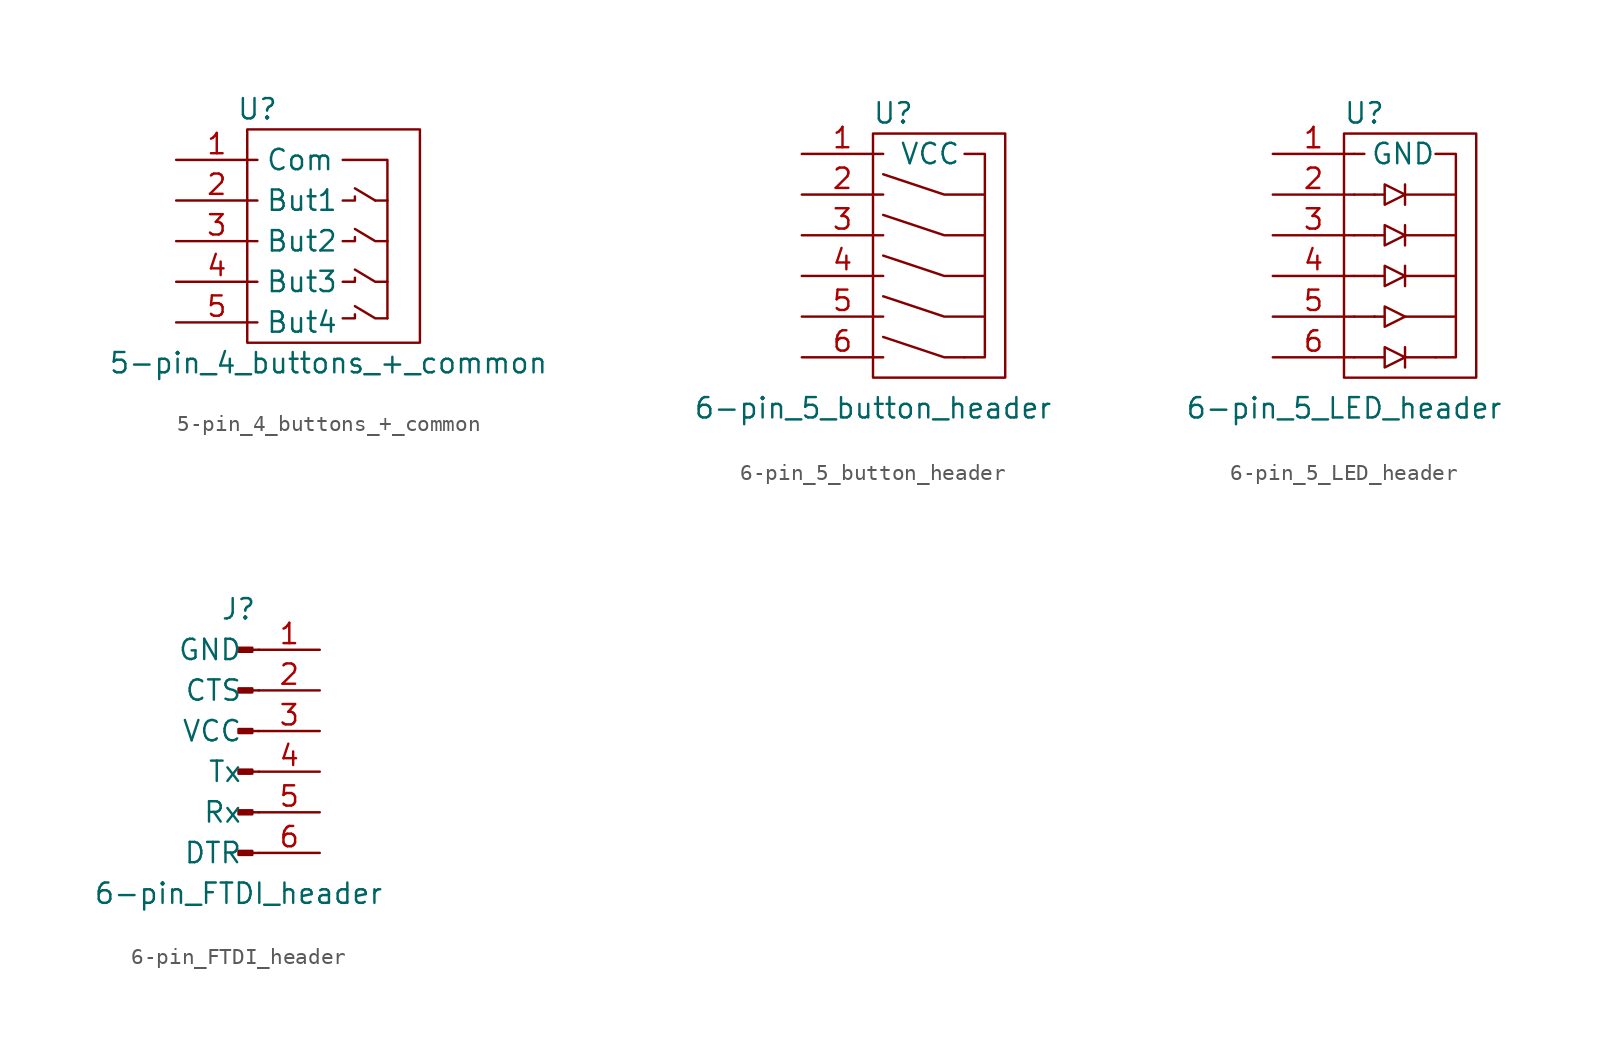
<source format=kicad_sym>
(kicad_symbol_lib
  (version 20211014)
  (generator kicad_symbol_editor)
  (symbol "5-pin_4_buttons_+_common"
    (property "Reference" "U"
      (at 5.08 3.175 0)
      (effects (font (size 1.27 1.27))))
    (property "Value" "5-pin_4_buttons_+_common"
      (at 9.525 -12.7 0)
      (effects (font (size 1.27 1.27))))
    (symbol "5-pin_4_buttons_+_common_0_1"
      (polyline (pts (xy 11.176 -1.778) (xy 12.446 -2.54)) (stroke (width 0.152) (type default) (color 0 0 0 0)) (fill (type none)))
      (polyline (pts (xy 10.414 -9.906) (xy 11.176 -9.906) (xy 11.176 -9.652)) (stroke (width 0.152) (type default) (color 0 0 0 0)) (fill (type none)))
      (polyline (pts (xy 10.414 -7.62) (xy 11.176 -7.62) (xy 11.176 -7.366)) (stroke (width 0.152) (type default) (color 0 0 0 0)) (fill (type none)))
      (polyline (pts (xy 10.414 -5.08) (xy 11.176 -5.08) (xy 11.176 -4.826)) (stroke (width 0.152) (type default) (color 0 0 0 0)) (fill (type none)))
      (polyline (pts (xy 10.414 -2.54) (xy 11.176 -2.54) (xy 11.176 -2.286)) (stroke (width 0.152) (type default) (color 0 0 0 0)) (fill (type none)))
      (polyline (pts (xy 11.176 -6.858) (xy 12.446 -7.62) (xy 13.208 -7.62)) (stroke (width 0.152) (type default) (color 0 0 0 0)) (fill (type none)))
      (polyline (pts (xy 12.446 -2.54) (xy 13.208 -2.54) (xy 13.208 -9.906)) (stroke (width 0.152) (type default) (color 0 0 0 0)) (fill (type none)))
      (polyline (pts (xy 13.208 -9.906) (xy 12.446 -9.906) (xy 11.176 -9.144)) (stroke (width 0.152) (type default) (color 0 0 0 0)) (fill (type none)))
      (polyline (pts (xy 13.208 -5.08) (xy 12.446 -5.08) (xy 11.176 -4.318)) (stroke (width 0.152) (type default) (color 0 0 0 0)) (fill (type none)))
      (polyline (pts (xy 13.208 -2.54) (xy 13.208 0) (xy 10.414 0)) (stroke (width 0.152) (type default) (color 0 0 0 0)) (fill (type none)))
      (polyline (pts (xy 4.445 1.905) (xy 15.24 1.905) (xy 15.24 -11.43) (xy 4.445 -11.43) (xy 4.445 1.905)) (stroke (width 0.152) (type default) (color 0 0 0 0)) (fill (type none))))
    (symbol "5-pin_4_buttons_+_common_1_1"
      (pin input line (at 0 0 0) (length 5.08) (name "Com" (effects (font (size 1.27 1.27)))) (number "1" (effects (font (size 1.27 1.27)))))
      (pin output line (at 0 -2.54 0) (length 5.08) (name "But1" (effects (font (size 1.27 1.27)))) (number "2" (effects (font (size 1.27 1.27)))))
      (pin output line (at 0 -5.08 0) (length 5.08) (name "But2" (effects (font (size 1.27 1.27)))) (number "3" (effects (font (size 1.27 1.27)))))
      (pin output line (at 0 -7.62 0) (length 5.08) (name "But3" (effects (font (size 1.27 1.27)))) (number "4" (effects (font (size 1.27 1.27)))))
      (pin output line (at 0 -10.16 0) (length 5.08) (name "But4" (effects (font (size 1.27 1.27)))) (number "5" (effects (font (size 1.27 1.27)))))))
  (symbol "6-pin_5_button_header"
    (pin_names
      (offset 1.016))
    (property "Reference" "U"
      (at 5.715 2.54 0)
      (effects (font (size 1.27 1.27))))
    (property "Value" "6-pin_5_button_header"
      (at 4.445 -15.875 0)
      (effects (font (size 1.27 1.27))))
    (symbol "6-pin_5_button_header_0_1"
      (polyline (pts (xy 5.08 -11.43) (xy 8.89 -12.7) (xy 10.16 -12.7)) (stroke (width 0) (type default) (color 0 0 0 0)) (fill (type none)))
      (polyline (pts (xy 5.08 -8.89) (xy 8.89 -10.16) (xy 11.43 -10.16)) (stroke (width 0) (type default) (color 0 0 0 0)) (fill (type none)))
      (polyline (pts (xy 5.08 -6.35) (xy 8.89 -7.62) (xy 11.43 -7.62)) (stroke (width 0) (type default) (color 0 0 0 0)) (fill (type none)))
      (polyline (pts (xy 5.08 -3.81) (xy 8.89 -5.08) (xy 11.43 -5.08)) (stroke (width 0) (type default) (color 0 0 0 0)) (fill (type none)))
      (polyline (pts (xy 10.16 0) (xy 11.43 0) (xy 11.43 -12.7) (xy 10.16 -12.7)) (stroke (width 0) (type default) (color 0 0 0 0)) (fill (type none)))
      (polyline (pts (xy 11.43 -2.54) (xy 10.16 -2.54) (xy 8.89 -2.54) (xy 5.08 -1.27)) (stroke (width 0) (type default) (color 0 0 0 0)) (fill (type none)))
      (polyline (pts (xy 4.445 -13.97) (xy 12.7 -13.97) (xy 12.7 1.27) (xy 4.445 1.27) (xy 4.445 -13.97)) (stroke (width 0) (type default) (color 0 0 0 0)) (fill (type none))))
    (symbol "6-pin_5_button_header_1_1"
      (pin power_in line (at 0 0 0) (length 5.08) (name "VCC" (effects (font (size 1.27 1.27)))) (number "1" (effects (font (size 1.27 1.27)))))
      (pin output line (at 0 -2.54 0) (length 5.08) (name "~" (effects (font (size 1.27 1.27)))) (number "2" (effects (font (size 1.27 1.27)))))
      (pin output line (at 0 -5.08 0) (length 5.08) (name "~" (effects (font (size 1.27 1.27)))) (number "3" (effects (font (size 1.27 1.27)))))
      (pin output line (at 0 -7.62 0) (length 5.08) (name "~" (effects (font (size 1.27 1.27)))) (number "4" (effects (font (size 1.27 1.27)))))
      (pin output line (at 0 -10.16 0) (length 5.08) (name "~" (effects (font (size 1.27 1.27)))) (number "5" (effects (font (size 1.27 1.27)))))
      (pin output line (at 0 -12.7 0) (length 5.08) (name "~" (effects (font (size 1.27 1.27)))) (number "6" (effects (font (size 1.27 1.27)))))))
  (symbol "6-pin_5_LED_header"
    (pin_names
      (offset 1.016))
    (property "Reference" "U"
      (at 5.715 2.54 0)
      (effects (font (size 1.27 1.27))))
    (property "Value" "6-pin_5_LED_header"
      (at 4.445 -15.875 0)
      (effects (font (size 1.27 1.27))))
    (symbol "6-pin_5_LED_header_0_1"
      (polyline (pts (xy 5.08 0) (xy 5.715 0)) (stroke (width 0) (type default) (color 0 0 0 0)) (fill (type none)))
      (polyline (pts (xy 6.35 -10.16) (xy 5.08 -10.16)) (stroke (width 0) (type default) (color 0 0 0 0)) (fill (type none)))
      (polyline (pts (xy 6.35 -10.16) (xy 6.35 -10.16)) (stroke (width 0) (type default) (color 0 0 0 0)) (fill (type none)))
      (polyline (pts (xy 6.35 -7.62) (xy 5.08 -7.62)) (stroke (width 0) (type default) (color 0 0 0 0)) (fill (type none)))
      (polyline (pts (xy 6.35 -5.08) (xy 5.08 -5.08)) (stroke (width 0) (type default) (color 0 0 0 0)) (fill (type none)))
      (polyline (pts (xy 6.35 -5.08) (xy 6.985 -5.08)) (stroke (width 0) (type default) (color 0 0 0 0)) (fill (type none)))
      (polyline (pts (xy 6.35 -2.54) (xy 5.08 -2.54)) (stroke (width 0) (type default) (color 0 0 0 0)) (fill (type none)))
      (polyline (pts (xy 6.985 -10.16) (xy 6.35 -10.16)) (stroke (width 0) (type default) (color 0 0 0 0)) (fill (type none)))
      (polyline (pts (xy 6.985 -7.62) (xy 6.35 -7.62)) (stroke (width 0) (type default) (color 0 0 0 0)) (fill (type none)))
      (polyline (pts (xy 6.985 -2.54) (xy 6.35 -2.54)) (stroke (width 0) (type default) (color 0 0 0 0)) (fill (type none)))
      (polyline (pts (xy 8.255 -12.7) (xy 10.16 -12.7)) (stroke (width 0) (type default) (color 0 0 0 0)) (fill (type none)))
      (polyline (pts (xy 8.255 -12.065) (xy 8.255 -13.335)) (stroke (width 0) (type default) (color 0 0 0 0)) (fill (type none)))
      (polyline (pts (xy 8.255 -10.16) (xy 11.43 -10.16)) (stroke (width 0) (type default) (color 0 0 0 0)) (fill (type none)))
      (polyline (pts (xy 8.255 -7.62) (xy 11.43 -7.62)) (stroke (width 0) (type default) (color 0 0 0 0)) (fill (type none)))
      (polyline (pts (xy 8.255 -6.985) (xy 8.255 -8.255)) (stroke (width 0) (type default) (color 0 0 0 0)) (fill (type none)))
      (polyline (pts (xy 8.255 -5.08) (xy 8.255 -5.715)) (stroke (width 0) (type default) (color 0 0 0 0)) (fill (type none)))
      (polyline (pts (xy 8.255 -5.08) (xy 11.43 -5.08)) (stroke (width 0) (type default) (color 0 0 0 0)) (fill (type none)))
      (polyline (pts (xy 8.255 -4.445) (xy 8.255 -5.08)) (stroke (width 0) (type default) (color 0 0 0 0)) (fill (type none)))
      (polyline (pts (xy 8.255 -2.54) (xy 11.43 -2.54)) (stroke (width 0) (type default) (color 0 0 0 0)) (fill (type none)))
      (polyline (pts (xy 8.255 -1.905) (xy 8.255 -3.175)) (stroke (width 0) (type default) (color 0 0 0 0)) (fill (type none)))
      (polyline (pts (xy 6.985 -10.795) (xy 6.985 -9.525) (xy 8.255 -10.16) (xy 6.985 -10.795)) (stroke (width 0) (type default) (color 0 0 0 0)) (fill (type none)))
      (polyline (pts (xy 8.255 -7.62) (xy 6.985 -6.985) (xy 6.985 -8.255) (xy 8.255 -7.62)) (stroke (width 0) (type default) (color 0 0 0 0)) (fill (type none)))
      (polyline (pts (xy 8.255 -5.08) (xy 6.985 -4.445) (xy 6.985 -5.715) (xy 8.255 -5.08)) (stroke (width 0) (type default) (color 0 0 0 0)) (fill (type none)))
      (polyline (pts (xy 8.255 -2.54) (xy 6.985 -3.175) (xy 6.985 -1.905) (xy 8.255 -2.54)) (stroke (width 0) (type default) (color 0 0 0 0)) (fill (type none)))
      (polyline (pts (xy 10.16 0) (xy 11.43 0) (xy 11.43 -12.7) (xy 10.16 -12.7)) (stroke (width 0) (type default) (color 0 0 0 0)) (fill (type none)))
      (polyline (pts (xy 4.445 -13.97) (xy 12.7 -13.97) (xy 12.7 1.27) (xy 4.445 1.27) (xy 4.445 -13.97)) (stroke (width 0) (type default) (color 0 0 0 0)) (fill (type none)))
      (polyline (pts (xy 5.08 -12.7) (xy 6.985 -12.7) (xy 6.985 -12.065) (xy 8.255 -12.7) (xy 6.985 -13.335) (xy 6.985 -12.7)) (stroke (width 0) (type default) (color 0 0 0 0)) (fill (type none))))
    (symbol "6-pin_5_LED_header_1_1"
      (pin power_in line (at 0 0 0) (length 5.08) (name "GND" (effects (font (size 1.27 1.27)))) (number "1" (effects (font (size 1.27 1.27)))))
      (pin input line (at 0 -2.54 0) (length 5.08) (name "~" (effects (font (size 1.27 1.27)))) (number "2" (effects (font (size 1.27 1.27)))))
      (pin input line (at 0 -5.08 0) (length 5.08) (name "~" (effects (font (size 1.27 1.27)))) (number "3" (effects (font (size 1.27 1.27)))))
      (pin input line (at 0 -7.62 0) (length 5.08) (name "~" (effects (font (size 1.27 1.27)))) (number "4" (effects (font (size 1.27 1.27)))))
      (pin input line (at 0 -10.16 0) (length 5.08) (name "~" (effects (font (size 1.27 1.27)))) (number "5" (effects (font (size 1.27 1.27)))))
      (pin input line (at 0 -12.7 0) (length 5.08) (name "~" (effects (font (size 1.27 1.27)))) (number "6" (effects (font (size 1.27 1.27)))))))
  (symbol "6-pin_FTDI_header"
    (pin_names
      (offset 1.016))
    (property "Reference" "J"
      (at 0 7.62 0)
      (effects (font (size 1.27 1.27))))
    (property "Value" "6-pin_FTDI_header"
      (at 0 -10.16 0)
      (effects (font (size 1.27 1.27))))
    (symbol "6-pin_FTDI_header_1_1"
      (polyline (pts (xy 1.27 -7.62) (xy 0.864 -7.62)) (stroke (width 0.152) (type default) (color 0 0 0 0)) (fill (type none)))
      (polyline (pts (xy 1.27 -5.08) (xy 0.864 -5.08)) (stroke (width 0.152) (type default) (color 0 0 0 0)) (fill (type none)))
      (polyline (pts (xy 1.27 -2.54) (xy 0.864 -2.54)) (stroke (width 0.152) (type default) (color 0 0 0 0)) (fill (type none)))
      (polyline (pts (xy 1.27 0) (xy 0.864 0)) (stroke (width 0.152) (type default) (color 0 0 0 0)) (fill (type none)))
      (polyline (pts (xy 1.27 2.54) (xy 0.864 2.54)) (stroke (width 0.152) (type default) (color 0 0 0 0)) (fill (type none)))
      (polyline (pts (xy 1.27 5.08) (xy 0.864 5.08)) (stroke (width 0.152) (type default) (color 0 0 0 0)) (fill (type none)))
      (rectangle (start 0.864 -7.493) (end 0 -7.747) (stroke (width 0.152) (type default) (color 0 0 0 0)) (fill (type outline)))
      (rectangle (start 0.864 -4.953) (end 0 -5.207) (stroke (width 0.152) (type default) (color 0 0 0 0)) (fill (type outline)))
      (rectangle (start 0.864 -2.413) (end 0 -2.667) (stroke (width 0.152) (type default) (color 0 0 0 0)) (fill (type outline)))
      (rectangle (start 0.864 0.127) (end 0 -0.127) (stroke (width 0.152) (type default) (color 0 0 0 0)) (fill (type outline)))
      (rectangle (start 0.864 2.667) (end 0 2.413) (stroke (width 0.152) (type default) (color 0 0 0 0)) (fill (type outline)))
      (rectangle (start 0.864 5.207) (end 0 4.953) (stroke (width 0.152) (type default) (color 0 0 0 0)) (fill (type outline)))
      (pin passive line (at 5.08 5.08 180) (length 3.81) (name "GND" (effects (font (size 1.27 1.27)))) (number "1" (effects (font (size 1.27 1.27)))))
      (pin passive line (at 5.08 2.54 180) (length 3.81) (name "CTS" (effects (font (size 1.27 1.27)))) (number "2" (effects (font (size 1.27 1.27)))))
      (pin passive line (at 5.08 0 180) (length 3.81) (name "VCC" (effects (font (size 1.27 1.27)))) (number "3" (effects (font (size 1.27 1.27)))))
      (pin passive line (at 5.08 -2.54 180) (length 3.81) (name "Tx" (effects (font (size 1.27 1.27)))) (number "4" (effects (font (size 1.27 1.27)))))
      (pin passive line (at 5.08 -5.08 180) (length 3.81) (name "Rx" (effects (font (size 1.27 1.27)))) (number "5" (effects (font (size 1.27 1.27)))))
      (pin passive line (at 5.08 -7.62 180) (length 3.81) (name "DTR" (effects (font (size 1.27 1.27)))) (number "6" (effects (font (size 1.27 1.27))))))))
</source>
